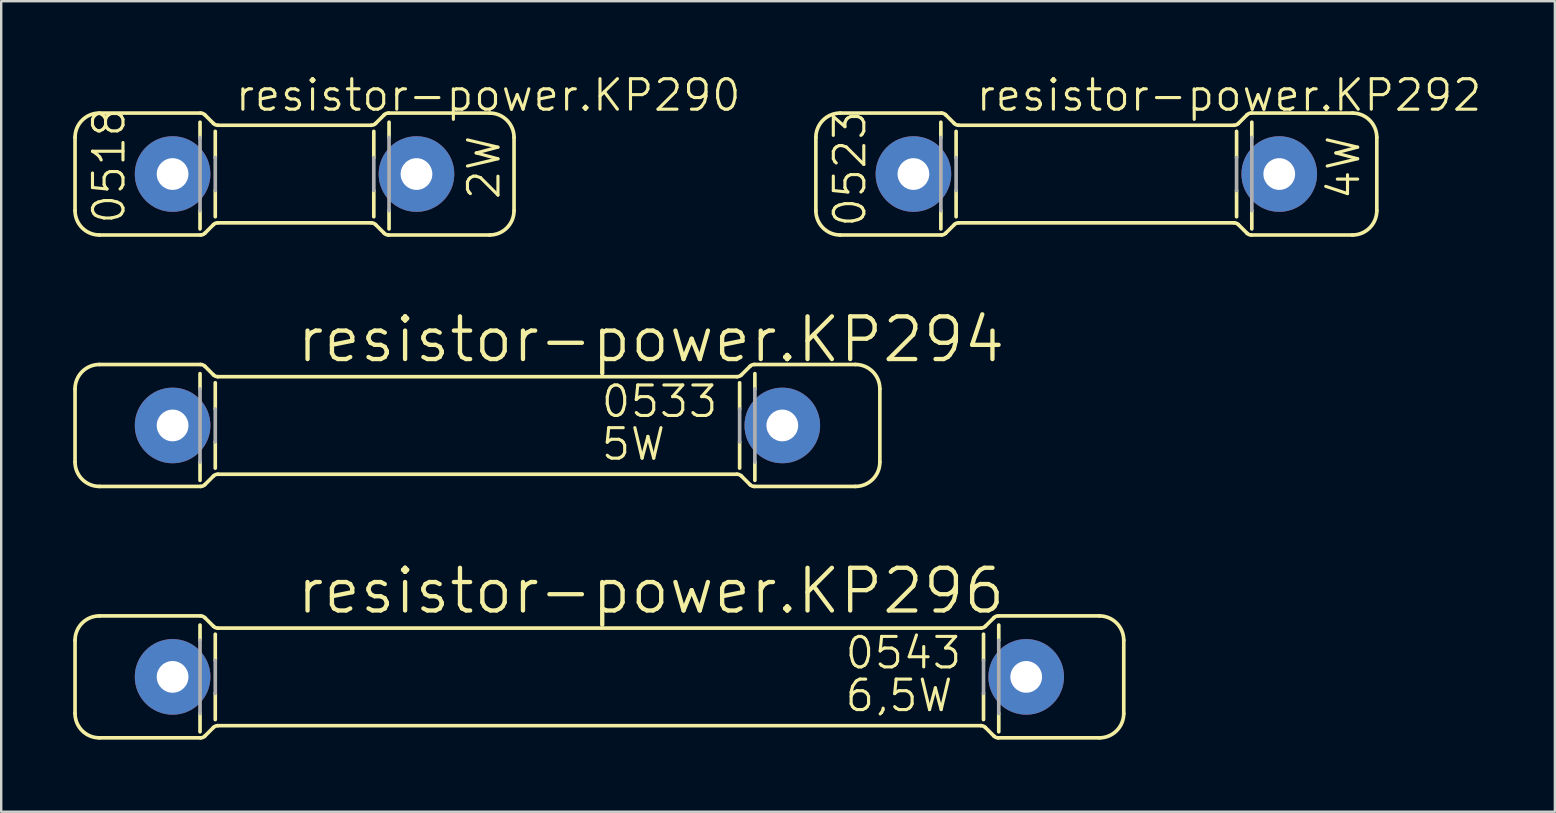
<source format=kicad_pcb>
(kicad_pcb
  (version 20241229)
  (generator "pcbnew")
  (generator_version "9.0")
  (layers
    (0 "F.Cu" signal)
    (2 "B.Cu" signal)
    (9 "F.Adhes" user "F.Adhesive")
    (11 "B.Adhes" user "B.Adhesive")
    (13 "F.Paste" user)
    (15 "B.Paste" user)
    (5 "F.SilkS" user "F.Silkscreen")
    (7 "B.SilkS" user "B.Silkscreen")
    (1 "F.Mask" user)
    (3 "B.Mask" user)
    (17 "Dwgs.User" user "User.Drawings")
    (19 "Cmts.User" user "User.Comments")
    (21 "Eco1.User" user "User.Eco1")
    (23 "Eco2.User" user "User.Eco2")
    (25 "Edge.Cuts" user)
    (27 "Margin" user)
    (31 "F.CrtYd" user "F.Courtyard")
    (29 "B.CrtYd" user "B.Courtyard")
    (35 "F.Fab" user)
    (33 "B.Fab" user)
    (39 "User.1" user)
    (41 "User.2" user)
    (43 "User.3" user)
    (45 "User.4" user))
  (footprint "resistor-power.KP292"
    (layer "F.Cu")
    (at 42.622 4.2)
    (property "Reference" "resistor-power.KP292" (at -5.08 -2.54 0) (layer "F.SilkS") (effects (font (size 1.27 1.27) (thickness 0.13)) (justify left bottom)))
    (attr through_hole)
    (fp_line (start -11.684 -1.524) (end -11.684 1.524) (stroke (width 0.152) (type default)) (layer "F.SilkS"))
    (fp_line (start -10.668 -2.54) (end -6.455 -2.54) (stroke (width 0.152) (type default)) (layer "F.SilkS"))
    (fp_line (start -10.668 2.54) (end -6.455 2.54) (stroke (width 0.152) (type default)) (layer "F.SilkS"))
    (fp_line (start -6.477 -1.524) (end -6.477 -2.159) (stroke (width 0.152) (type default)) (layer "F.SilkS"))
    (fp_line (start -6.477 2.286) (end -6.477 1.524) (stroke (width 0.152) (type default)) (layer "F.SilkS"))
    (fp_line (start -6.276 -2.466) (end -5.916 -2.106) (stroke (width 0.152) (type default)) (layer "F.SilkS"))
    (fp_line (start -6.276 2.466) (end -5.916 2.106) (stroke (width 0.152) (type default)) (layer "F.SilkS"))
    (fp_line (start -5.842 -0.684) (end -5.842 -1.778) (stroke (width 0.152) (type default)) (layer "F.SilkS"))
    (fp_line (start -5.842 1.778) (end -5.842 0.684) (stroke (width 0.152) (type default)) (layer "F.SilkS"))
    (fp_line (start -5.737 -2.032) (end 5.737 -2.032) (stroke (width 0.152) (type default)) (layer "F.SilkS"))
    (fp_line (start -5.737 2.032) (end 5.737 2.032) (stroke (width 0.152) (type default)) (layer "F.SilkS"))
    (fp_line (start 5.842 -0.684) (end 5.842 -1.778) (stroke (width 0.152) (type default)) (layer "F.SilkS"))
    (fp_line (start 5.842 1.778) (end 5.842 0.684) (stroke (width 0.152) (type default)) (layer "F.SilkS"))
    (fp_line (start 6.276 -2.466) (end 5.916 -2.106) (stroke (width 0.152) (type default)) (layer "F.SilkS"))
    (fp_line (start 6.276 2.466) (end 5.916 2.106) (stroke (width 0.152) (type default)) (layer "F.SilkS"))
    (fp_line (start 6.455 -2.54) (end 10.668 -2.54) (stroke (width 0.152) (type default)) (layer "F.SilkS"))
    (fp_line (start 6.455 2.54) (end 10.668 2.54) (stroke (width 0.152) (type default)) (layer "F.SilkS"))
    (fp_line (start 6.477 -1.524) (end 6.477 -2.159) (stroke (width 0.152) (type default)) (layer "F.SilkS"))
    (fp_line (start 6.477 2.286) (end 6.477 1.524) (stroke (width 0.152) (type default)) (layer "F.SilkS"))
    (fp_line (start 11.684 -1.524) (end 11.684 1.524) (stroke (width 0.152) (type default)) (layer "F.SilkS"))
    (fp_arc (start -11.684 -1.524) (mid -11.38642 -2.24242) (end -10.668 -2.54) (stroke (width 0.1524) (type default)) (layer "F.SilkS"))
    (fp_arc (start -10.668 2.54) (mid -11.38642 2.24242) (end -11.684 1.524) (stroke (width 0.1524) (type default)) (layer "F.SilkS"))
    (fp_arc (start -6.4552 -2.54) (mid -6.358001 -2.520662) (end -6.2756 -2.4656) (stroke (width 0.1524) (type default)) (layer "F.SilkS"))
    (fp_arc (start -6.2756 2.4656) (mid -6.358001 2.520662) (end -6.4552 2.54) (stroke (width 0.1524) (type default)) (layer "F.SilkS"))
    (fp_arc (start -5.9164 2.1064) (mid -5.834008 2.051292) (end -5.7368 2.0319) (stroke (width 0.1524) (type default)) (layer "F.SilkS"))
    (fp_arc (start -5.7368 -2.0319) (mid -5.834008 -2.051292) (end -5.9164 -2.1064) (stroke (width 0.1524) (type default)) (layer "F.SilkS"))
    (fp_arc (start 5.7368 2.032) (mid 5.833999 2.051338) (end 5.9164 2.1064) (stroke (width 0.1524) (type default)) (layer "F.SilkS"))
    (fp_arc (start 5.9164 -2.1064) (mid 5.833999 -2.051338) (end 5.7368 -2.032) (stroke (width 0.1524) (type default)) (layer "F.SilkS"))
    (fp_arc (start 6.2756 -2.4656) (mid 6.358001 -2.520662) (end 6.4552 -2.54) (stroke (width 0.1524) (type default)) (layer "F.SilkS"))
    (fp_arc (start 6.4552 2.54) (mid 6.358001 2.520662) (end 6.2756 2.4656) (stroke (width 0.1524) (type default)) (layer "F.SilkS"))
    (fp_arc (start 10.668 -2.54) (mid 11.38642 -2.24242) (end 11.684 -1.524) (stroke (width 0.1524) (type default)) (layer "F.SilkS"))
    (fp_arc (start 11.684 1.524) (mid 11.38642 2.24242) (end 10.668 2.54) (stroke (width 0.1524) (type default)) (layer "F.SilkS"))
    (fp_line (start -6.477 1.524) (end -6.477 -1.524) (stroke (width 0.152) (type default)) (layer "F.Fab"))
    (fp_line (start -5.842 0.684) (end -5.842 -0.684) (stroke (width 0.152) (type default)) (layer "F.Fab"))
    (fp_line (start 5.842 0.684) (end 5.842 -0.684) (stroke (width 0.152) (type default)) (layer "F.Fab"))
    (fp_line (start 6.477 1.524) (end 6.477 -1.524) (stroke (width 0.152) (type default)) (layer "F.Fab"))
    (fp_text user "4W" (at 11.049 1.143 90) (layer "F.SilkS") (effects (font (size 1.27 1.27) (thickness 0.13)) (justify left bottom)))
    (fp_text user "0523" (at -9.525 2.286 90) (layer "F.SilkS") (effects (font (size 1.27 1.27) (thickness 0.13)) (justify left bottom)))
    (pad "1" thru_hole circle (at -7.62 0) (size 3.15 3.15) (drill 1.321) (layers "*.Cu" "*.Mask"))
    (pad "2" thru_hole circle (at 7.62 0) (size 3.15 3.15) (drill 1.321) (layers "*.Cu" "*.Mask")))
  (footprint "resistor-power.KP296"
    (layer "F.Cu")
    (at 21.92 25.148)
    (property "Reference" "resistor-power.KP296" (at -12.7 -2.54 0) (layer "F.SilkS") (effects (font (size 1.778 1.778) (thickness 0.18)) (justify left bottom)))
    (attr through_hole)
    (fp_line (start -21.844 -1.524) (end -21.844 1.524) (stroke (width 0.152) (type default)) (layer "F.SilkS"))
    (fp_line (start -20.828 -2.54) (end -16.615 -2.54) (stroke (width 0.152) (type default)) (layer "F.SilkS"))
    (fp_line (start -20.828 2.54) (end -16.615 2.54) (stroke (width 0.152) (type default)) (layer "F.SilkS"))
    (fp_line (start -16.637 -1.524) (end -16.637 -2.159) (stroke (width 0.152) (type default)) (layer "F.SilkS"))
    (fp_line (start -16.637 2.286) (end -16.637 1.524) (stroke (width 0.152) (type default)) (layer "F.SilkS"))
    (fp_line (start -16.436 -2.466) (end -16.076 -2.106) (stroke (width 0.152) (type default)) (layer "F.SilkS"))
    (fp_line (start -16.436 2.466) (end -16.076 2.106) (stroke (width 0.152) (type default)) (layer "F.SilkS"))
    (fp_line (start -16.002 -0.684) (end -16.002 -1.778) (stroke (width 0.152) (type default)) (layer "F.SilkS"))
    (fp_line (start -16.002 1.778) (end -16.002 0.684) (stroke (width 0.152) (type default)) (layer "F.SilkS"))
    (fp_line (start -15.897 -2.032) (end 15.897 -2.032) (stroke (width 0.152) (type default)) (layer "F.SilkS"))
    (fp_line (start -15.897 2.032) (end 15.897 2.032) (stroke (width 0.152) (type default)) (layer "F.SilkS"))
    (fp_line (start 16.002 -0.684) (end 16.002 -1.778) (stroke (width 0.152) (type default)) (layer "F.SilkS"))
    (fp_line (start 16.002 1.778) (end 16.002 0.684) (stroke (width 0.152) (type default)) (layer "F.SilkS"))
    (fp_line (start 16.436 -2.466) (end 16.076 -2.106) (stroke (width 0.152) (type default)) (layer "F.SilkS"))
    (fp_line (start 16.436 2.466) (end 16.076 2.106) (stroke (width 0.152) (type default)) (layer "F.SilkS"))
    (fp_line (start 16.615 -2.54) (end 20.828 -2.54) (stroke (width 0.152) (type default)) (layer "F.SilkS"))
    (fp_line (start 16.615 2.54) (end 20.828 2.54) (stroke (width 0.152) (type default)) (layer "F.SilkS"))
    (fp_line (start 16.637 -1.524) (end 16.637 -2.159) (stroke (width 0.152) (type default)) (layer "F.SilkS"))
    (fp_line (start 16.637 2.286) (end 16.637 1.524) (stroke (width 0.152) (type default)) (layer "F.SilkS"))
    (fp_line (start 21.844 -1.524) (end 21.844 1.524) (stroke (width 0.152) (type default)) (layer "F.SilkS"))
    (fp_arc (start -21.844 -1.524) (mid -21.54642 -2.24242) (end -20.828 -2.54) (stroke (width 0.1524) (type default)) (layer "F.SilkS"))
    (fp_arc (start -20.828 2.54) (mid -21.54642 2.24242) (end -21.844 1.524) (stroke (width 0.1524) (type default)) (layer "F.SilkS"))
    (fp_arc (start -16.6152 -2.54) (mid -16.518001 -2.520662) (end -16.4356 -2.4656) (stroke (width 0.1524) (type default)) (layer "F.SilkS"))
    (fp_arc (start -16.4356 2.4656) (mid -16.518001 2.520662) (end -16.6152 2.54) (stroke (width 0.1524) (type default)) (layer "F.SilkS"))
    (fp_arc (start -16.0764 2.1064) (mid -15.994008 2.051292) (end -15.8968 2.0319) (stroke (width 0.1524) (type default)) (layer "F.SilkS"))
    (fp_arc (start -15.8968 -2.0319) (mid -15.994008 -2.051292) (end -16.0764 -2.1064) (stroke (width 0.1524) (type default)) (layer "F.SilkS"))
    (fp_arc (start 15.8968 2.032) (mid 15.993999 2.051338) (end 16.0764 2.1064) (stroke (width 0.1524) (type default)) (layer "F.SilkS"))
    (fp_arc (start 16.0764 -2.1064) (mid 15.993999 -2.051338) (end 15.8968 -2.032) (stroke (width 0.1524) (type default)) (layer "F.SilkS"))
    (fp_arc (start 16.4356 -2.4656) (mid 16.518001 -2.520662) (end 16.6152 -2.54) (stroke (width 0.1524) (type default)) (layer "F.SilkS"))
    (fp_arc (start 16.6152 2.54) (mid 16.518001 2.520662) (end 16.4356 2.4656) (stroke (width 0.1524) (type default)) (layer "F.SilkS"))
    (fp_arc (start 20.828 -2.54) (mid 21.54642 -2.24242) (end 21.844 -1.524) (stroke (width 0.1524) (type default)) (layer "F.SilkS"))
    (fp_arc (start 21.844 1.524) (mid 21.54642 2.24242) (end 20.828 2.54) (stroke (width 0.1524) (type default)) (layer "F.SilkS"))
    (fp_line (start -16.637 1.524) (end -16.637 -1.524) (stroke (width 0.152) (type default)) (layer "F.Fab"))
    (fp_line (start -16.002 0.684) (end -16.002 -0.684) (stroke (width 0.152) (type default)) (layer "F.Fab"))
    (fp_line (start 16.002 0.684) (end 16.002 -0.684) (stroke (width 0.152) (type default)) (layer "F.Fab"))
    (fp_line (start 16.637 1.524) (end 16.637 -1.524) (stroke (width 0.152) (type default)) (layer "F.Fab"))
    (fp_text user "0543" (at 10.16 -0.254 0) (layer "F.SilkS") (effects (font (size 1.27 1.27) (thickness 0.13)) (justify left bottom)))
    (fp_text user "6,5W" (at 10.16 1.524 0) (layer "F.SilkS") (effects (font (size 1.27 1.27) (thickness 0.13)) (justify left bottom)))
    (pad "1" thru_hole circle (at -17.78 0) (size 3.15 3.15) (drill 1.321) (layers "*.Cu" "*.Mask"))
    (pad "2" thru_hole circle (at 17.78 0) (size 3.15 3.15) (drill 1.321) (layers "*.Cu" "*.Mask")))
  (footprint "resistor-power.KP294"
    (layer "F.Cu")
    (at 16.84 14.674)
    (property "Reference" "resistor-power.KP294" (at -7.62 -2.54 0) (layer "F.SilkS") (effects (font (size 1.778 1.778) (thickness 0.18)) (justify left bottom)))
    (attr through_hole)
    (fp_line (start -16.764 -1.524) (end -16.764 1.524) (stroke (width 0.152) (type default)) (layer "F.SilkS"))
    (fp_line (start -15.748 -2.54) (end -11.535 -2.54) (stroke (width 0.152) (type default)) (layer "F.SilkS"))
    (fp_line (start -15.748 2.54) (end -11.535 2.54) (stroke (width 0.152) (type default)) (layer "F.SilkS"))
    (fp_line (start -11.557 -1.524) (end -11.557 -2.159) (stroke (width 0.152) (type default)) (layer "F.SilkS"))
    (fp_line (start -11.557 2.286) (end -11.557 1.524) (stroke (width 0.152) (type default)) (layer "F.SilkS"))
    (fp_line (start -11.356 -2.466) (end -10.996 -2.106) (stroke (width 0.152) (type default)) (layer "F.SilkS"))
    (fp_line (start -11.356 2.466) (end -10.996 2.106) (stroke (width 0.152) (type default)) (layer "F.SilkS"))
    (fp_line (start -10.922 -0.684) (end -10.922 -1.778) (stroke (width 0.152) (type default)) (layer "F.SilkS"))
    (fp_line (start -10.922 1.778) (end -10.922 0.684) (stroke (width 0.152) (type default)) (layer "F.SilkS"))
    (fp_line (start -10.817 -2.032) (end 10.817 -2.032) (stroke (width 0.152) (type default)) (layer "F.SilkS"))
    (fp_line (start -10.817 2.032) (end 10.817 2.032) (stroke (width 0.152) (type default)) (layer "F.SilkS"))
    (fp_line (start 10.922 -0.684) (end 10.922 -1.778) (stroke (width 0.152) (type default)) (layer "F.SilkS"))
    (fp_line (start 10.922 1.778) (end 10.922 0.684) (stroke (width 0.152) (type default)) (layer "F.SilkS"))
    (fp_line (start 11.356 -2.466) (end 10.996 -2.106) (stroke (width 0.152) (type default)) (layer "F.SilkS"))
    (fp_line (start 11.356 2.466) (end 10.996 2.106) (stroke (width 0.152) (type default)) (layer "F.SilkS"))
    (fp_line (start 11.535 -2.54) (end 15.748 -2.54) (stroke (width 0.152) (type default)) (layer "F.SilkS"))
    (fp_line (start 11.535 2.54) (end 15.748 2.54) (stroke (width 0.152) (type default)) (layer "F.SilkS"))
    (fp_line (start 11.557 -1.524) (end 11.557 -2.159) (stroke (width 0.152) (type default)) (layer "F.SilkS"))
    (fp_line (start 11.557 2.286) (end 11.557 1.524) (stroke (width 0.152) (type default)) (layer "F.SilkS"))
    (fp_line (start 16.764 -1.524) (end 16.764 1.524) (stroke (width 0.152) (type default)) (layer "F.SilkS"))
    (fp_arc (start -16.764 -1.524) (mid -16.46642 -2.24242) (end -15.748 -2.54) (stroke (width 0.1524) (type default)) (layer "F.SilkS"))
    (fp_arc (start -15.748 2.54) (mid -16.46642 2.24242) (end -16.764 1.524) (stroke (width 0.1524) (type default)) (layer "F.SilkS"))
    (fp_arc (start -11.5352 -2.54) (mid -11.438001 -2.520662) (end -11.3556 -2.4656) (stroke (width 0.1524) (type default)) (layer "F.SilkS"))
    (fp_arc (start -11.3556 2.4656) (mid -11.438001 2.520662) (end -11.5352 2.54) (stroke (width 0.1524) (type default)) (layer "F.SilkS"))
    (fp_arc (start -10.9964 2.1064) (mid -10.914008 2.051292) (end -10.8168 2.0319) (stroke (width 0.1524) (type default)) (layer "F.SilkS"))
    (fp_arc (start -10.8168 -2.0319) (mid -10.914008 -2.051292) (end -10.9964 -2.1064) (stroke (width 0.1524) (type default)) (layer "F.SilkS"))
    (fp_arc (start 10.8168 2.032) (mid 10.913999 2.051338) (end 10.9964 2.1064) (stroke (width 0.1524) (type default)) (layer "F.SilkS"))
    (fp_arc (start 10.9964 -2.1064) (mid 10.913999 -2.051338) (end 10.8168 -2.032) (stroke (width 0.1524) (type default)) (layer "F.SilkS"))
    (fp_arc (start 11.3556 -2.4656) (mid 11.438001 -2.520662) (end 11.5352 -2.54) (stroke (width 0.1524) (type default)) (layer "F.SilkS"))
    (fp_arc (start 11.5352 2.54) (mid 11.438001 2.520662) (end 11.3556 2.4656) (stroke (width 0.1524) (type default)) (layer "F.SilkS"))
    (fp_arc (start 15.748 -2.54) (mid 16.46642 -2.24242) (end 16.764 -1.524) (stroke (width 0.1524) (type default)) (layer "F.SilkS"))
    (fp_arc (start 16.764 1.524) (mid 16.46642 2.24242) (end 15.748 2.54) (stroke (width 0.1524) (type default)) (layer "F.SilkS"))
    (fp_line (start -11.557 1.524) (end -11.557 -1.524) (stroke (width 0.152) (type default)) (layer "F.Fab"))
    (fp_line (start -10.922 0.684) (end -10.922 -0.684) (stroke (width 0.152) (type default)) (layer "F.Fab"))
    (fp_line (start 10.922 0.684) (end 10.922 -0.684) (stroke (width 0.152) (type default)) (layer "F.Fab"))
    (fp_line (start 11.557 1.524) (end 11.557 -1.524) (stroke (width 0.152) (type default)) (layer "F.Fab"))
    (fp_text user "0533" (at 5.08 -0.254 0) (layer "F.SilkS") (effects (font (size 1.27 1.27) (thickness 0.13)) (justify left bottom)))
    (fp_text user "5W" (at 5.08 1.524 0) (layer "F.SilkS") (effects (font (size 1.27 1.27) (thickness 0.13)) (justify left bottom)))
    (pad "1" thru_hole circle (at -12.7 0) (size 3.15 3.15) (drill 1.321) (layers "*.Cu" "*.Mask"))
    (pad "2" thru_hole circle (at 12.7 0) (size 3.15 3.15) (drill 1.321) (layers "*.Cu" "*.Mask")))
  (footprint "resistor-power.KP290"
    (layer "F.Cu")
    (at 9.22 4.2)
    (property "Reference" "resistor-power.KP290" (at -2.54 -2.54 0) (layer "F.SilkS") (effects (font (size 1.27 1.27) (thickness 0.13)) (justify left bottom)))
    (attr through_hole)
    (fp_line (start -9.144 -1.524) (end -9.144 1.524) (stroke (width 0.152) (type default)) (layer "F.SilkS"))
    (fp_line (start -8.128 -2.54) (end -3.915 -2.54) (stroke (width 0.152) (type default)) (layer "F.SilkS"))
    (fp_line (start -8.128 2.54) (end -3.915 2.54) (stroke (width 0.152) (type default)) (layer "F.SilkS"))
    (fp_line (start -3.937 -1.524) (end -3.937 -2.159) (stroke (width 0.152) (type default)) (layer "F.SilkS"))
    (fp_line (start -3.937 2.286) (end -3.937 1.524) (stroke (width 0.152) (type default)) (layer "F.SilkS"))
    (fp_line (start -3.736 -2.466) (end -3.376 -2.106) (stroke (width 0.152) (type default)) (layer "F.SilkS"))
    (fp_line (start -3.736 2.466) (end -3.376 2.106) (stroke (width 0.152) (type default)) (layer "F.SilkS"))
    (fp_line (start -3.302 -0.684) (end -3.302 -1.778) (stroke (width 0.152) (type default)) (layer "F.SilkS"))
    (fp_line (start -3.302 1.778) (end -3.302 0.684) (stroke (width 0.152) (type default)) (layer "F.SilkS"))
    (fp_line (start -3.197 -2.032) (end 3.197 -2.032) (stroke (width 0.152) (type default)) (layer "F.SilkS"))
    (fp_line (start -3.197 2.032) (end 3.197 2.032) (stroke (width 0.152) (type default)) (layer "F.SilkS"))
    (fp_line (start 3.302 -0.684) (end 3.302 -1.778) (stroke (width 0.152) (type default)) (layer "F.SilkS"))
    (fp_line (start 3.302 1.778) (end 3.302 0.684) (stroke (width 0.152) (type default)) (layer "F.SilkS"))
    (fp_line (start 3.736 -2.466) (end 3.376 -2.106) (stroke (width 0.152) (type default)) (layer "F.SilkS"))
    (fp_line (start 3.736 2.466) (end 3.376 2.106) (stroke (width 0.152) (type default)) (layer "F.SilkS"))
    (fp_line (start 3.915 -2.54) (end 8.128 -2.54) (stroke (width 0.152) (type default)) (layer "F.SilkS"))
    (fp_line (start 3.915 2.54) (end 8.128 2.54) (stroke (width 0.152) (type default)) (layer "F.SilkS"))
    (fp_line (start 3.937 -1.524) (end 3.937 -2.159) (stroke (width 0.152) (type default)) (layer "F.SilkS"))
    (fp_line (start 3.937 2.286) (end 3.937 1.524) (stroke (width 0.152) (type default)) (layer "F.SilkS"))
    (fp_line (start 9.144 -1.524) (end 9.144 1.524) (stroke (width 0.152) (type default)) (layer "F.SilkS"))
    (fp_arc (start -9.144 -1.524) (mid -8.84642 -2.24242) (end -8.128 -2.54) (stroke (width 0.1524) (type default)) (layer "F.SilkS"))
    (fp_arc (start -8.128 2.54) (mid -8.84642 2.24242) (end -9.144 1.524) (stroke (width 0.1524) (type default)) (layer "F.SilkS"))
    (fp_arc (start -3.9152 -2.54) (mid -3.818001 -2.520662) (end -3.7356 -2.4656) (stroke (width 0.1524) (type default)) (layer "F.SilkS"))
    (fp_arc (start -3.7356 2.4656) (mid -3.818001 2.520662) (end -3.9152 2.54) (stroke (width 0.1524) (type default)) (layer "F.SilkS"))
    (fp_arc (start -3.3764 2.1064) (mid -3.294008 2.051292) (end -3.1968 2.0319) (stroke (width 0.1524) (type default)) (layer "F.SilkS"))
    (fp_arc (start -3.1968 -2.0319) (mid -3.294008 -2.051292) (end -3.3764 -2.1064) (stroke (width 0.1524) (type default)) (layer "F.SilkS"))
    (fp_arc (start 3.1968 2.032) (mid 3.293999 2.051338) (end 3.3764 2.1064) (stroke (width 0.1524) (type default)) (layer "F.SilkS"))
    (fp_arc (start 3.3764 -2.1064) (mid 3.293999 -2.051338) (end 3.1968 -2.032) (stroke (width 0.1524) (type default)) (layer "F.SilkS"))
    (fp_arc (start 3.7356 -2.4656) (mid 3.818001 -2.520662) (end 3.9152 -2.54) (stroke (width 0.1524) (type default)) (layer "F.SilkS"))
    (fp_arc (start 3.9152 2.54) (mid 3.818001 2.520662) (end 3.7356 2.4656) (stroke (width 0.1524) (type default)) (layer "F.SilkS"))
    (fp_arc (start 8.128 -2.54) (mid 8.84642 -2.24242) (end 9.144 -1.524) (stroke (width 0.1524) (type default)) (layer "F.SilkS"))
    (fp_arc (start 9.144 1.524) (mid 8.84642 2.24242) (end 8.128 2.54) (stroke (width 0.1524) (type default)) (layer "F.SilkS"))
    (fp_line (start -3.937 1.524) (end -3.937 -1.524) (stroke (width 0.152) (type default)) (layer "F.Fab"))
    (fp_line (start -3.302 0.684) (end -3.302 -0.684) (stroke (width 0.152) (type default)) (layer "F.Fab"))
    (fp_line (start 3.302 0.684) (end 3.302 -0.684) (stroke (width 0.152) (type default)) (layer "F.Fab"))
    (fp_line (start 3.937 1.524) (end 3.937 -1.524) (stroke (width 0.152) (type default)) (layer "F.Fab"))
    (fp_text user "0518" (at -6.985 2.159 90) (layer "F.SilkS") (effects (font (size 1.27 1.27) (thickness 0.13)) (justify left bottom)))
    (fp_text user "2W" (at 8.636 1.143 90) (layer "F.SilkS") (effects (font (size 1.27 1.27) (thickness 0.13)) (justify left bottom)))
    (pad "1" thru_hole circle (at -5.08 0) (size 3.15 3.15) (drill 1.321) (layers "*.Cu" "*.Mask"))
    (pad "2" thru_hole circle (at 5.08 0) (size 3.15 3.15) (drill 1.321) (layers "*.Cu" "*.Mask")))
  (gr_rect
    (start -3 -3)
    (end 61.724 30.765)
    (stroke (width 0.1) (type default))
    (fill no)
    (layer "Edge.Cuts")))
</source>
